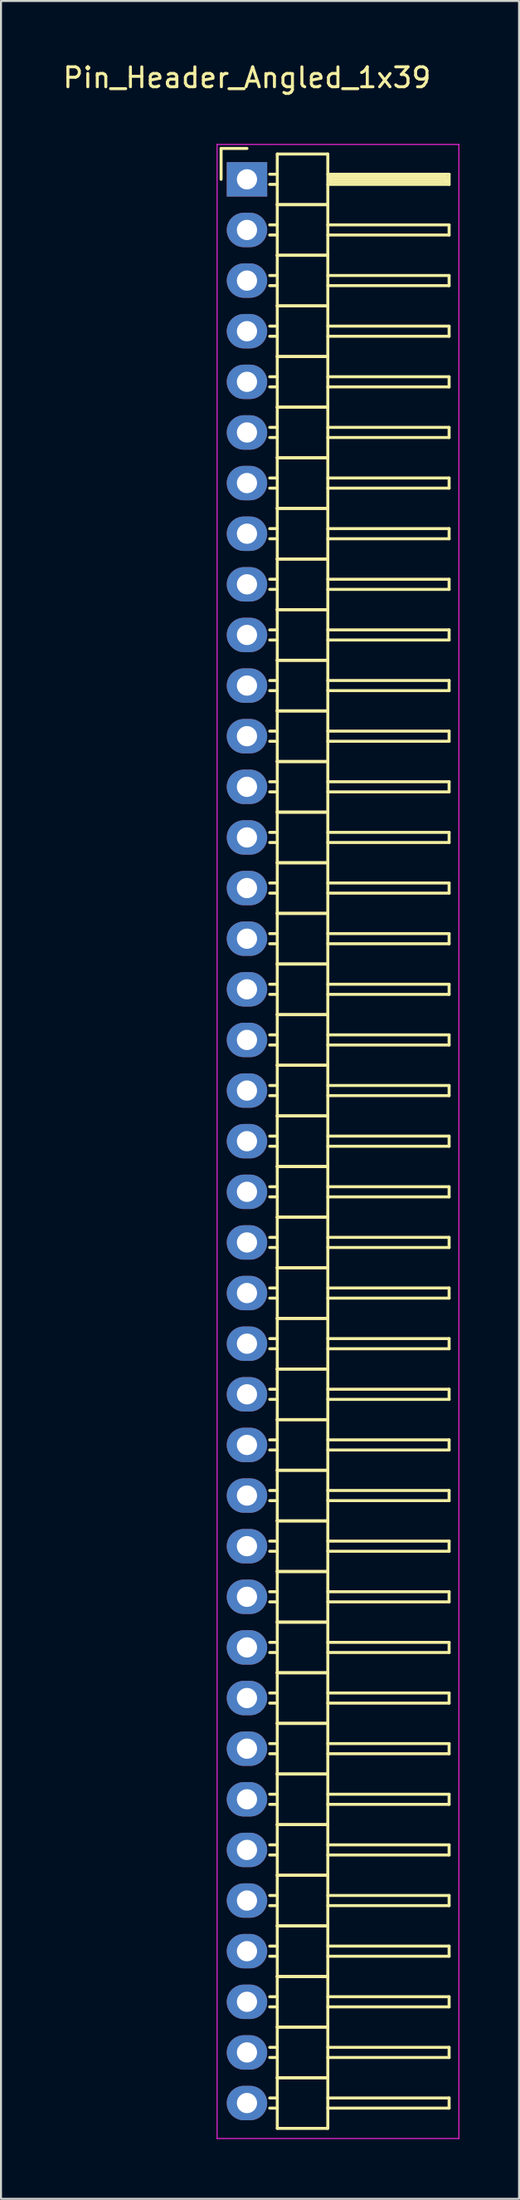
<source format=kicad_pcb>
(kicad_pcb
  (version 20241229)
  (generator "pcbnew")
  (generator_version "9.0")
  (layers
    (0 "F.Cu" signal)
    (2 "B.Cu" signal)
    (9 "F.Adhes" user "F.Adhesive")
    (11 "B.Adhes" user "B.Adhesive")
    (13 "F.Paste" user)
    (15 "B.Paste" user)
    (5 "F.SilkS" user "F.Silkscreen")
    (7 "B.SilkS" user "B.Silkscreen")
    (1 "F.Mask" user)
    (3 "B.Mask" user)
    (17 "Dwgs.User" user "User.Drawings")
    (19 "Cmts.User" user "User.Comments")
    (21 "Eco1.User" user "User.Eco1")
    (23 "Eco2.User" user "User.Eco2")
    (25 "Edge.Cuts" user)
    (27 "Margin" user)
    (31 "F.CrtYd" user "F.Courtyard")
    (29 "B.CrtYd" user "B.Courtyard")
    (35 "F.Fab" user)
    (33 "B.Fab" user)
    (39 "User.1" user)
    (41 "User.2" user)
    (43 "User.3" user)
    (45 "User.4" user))
  (footprint "Pin_Header_Angled_1x39"
    (layer "F.Cu")
    (at 9.363 5.948)
    (property "Reference" "Pin_Header_Angled_1x39" (at 0 -5.1 0) (layer "F.SilkS") (effects (font (size 1 1) (thickness 0.15))))
    (attr through_hole)
    (fp_line (start -1.3 -1.55) (end -1.3 0) (stroke (width 0.15) (type solid)) (layer "F.SilkS"))
    (fp_line (start 0 -1.55) (end -1.3 -1.55) (stroke (width 0.15) (type solid)) (layer "F.SilkS"))
    (fp_line (start 1.524 -1.27) (end 1.524 1.27) (stroke (width 0.15) (type solid)) (layer "F.SilkS"))
    (fp_line (start 1.524 -1.27) (end 4.064 -1.27) (stroke (width 0.15) (type solid)) (layer "F.SilkS"))
    (fp_line (start 1.524 -0.254) (end 1.143 -0.254) (stroke (width 0.15) (type solid)) (layer "F.SilkS"))
    (fp_line (start 1.524 0.254) (end 1.143 0.254) (stroke (width 0.15) (type solid)) (layer "F.SilkS"))
    (fp_line (start 1.524 1.27) (end 1.524 3.81) (stroke (width 0.15) (type solid)) (layer "F.SilkS"))
    (fp_line (start 1.524 1.27) (end 4.064 1.27) (stroke (width 0.15) (type solid)) (layer "F.SilkS"))
    (fp_line (start 1.524 1.27) (end 4.064 1.27) (stroke (width 0.15) (type solid)) (layer "F.SilkS"))
    (fp_line (start 1.524 2.286) (end 1.143 2.286) (stroke (width 0.15) (type solid)) (layer "F.SilkS"))
    (fp_line (start 1.524 2.794) (end 1.143 2.794) (stroke (width 0.15) (type solid)) (layer "F.SilkS"))
    (fp_line (start 1.524 3.81) (end 1.524 6.35) (stroke (width 0.15) (type solid)) (layer "F.SilkS"))
    (fp_line (start 1.524 3.81) (end 4.064 3.81) (stroke (width 0.15) (type solid)) (layer "F.SilkS"))
    (fp_line (start 1.524 3.81) (end 4.064 3.81) (stroke (width 0.15) (type solid)) (layer "F.SilkS"))
    (fp_line (start 1.524 4.826) (end 1.143 4.826) (stroke (width 0.15) (type solid)) (layer "F.SilkS"))
    (fp_line (start 1.524 5.334) (end 1.143 5.334) (stroke (width 0.15) (type solid)) (layer "F.SilkS"))
    (fp_line (start 1.524 6.35) (end 1.524 8.89) (stroke (width 0.15) (type solid)) (layer "F.SilkS"))
    (fp_line (start 1.524 6.35) (end 4.064 6.35) (stroke (width 0.15) (type solid)) (layer "F.SilkS"))
    (fp_line (start 1.524 6.35) (end 4.064 6.35) (stroke (width 0.15) (type solid)) (layer "F.SilkS"))
    (fp_line (start 1.524 7.366) (end 1.143 7.366) (stroke (width 0.15) (type solid)) (layer "F.SilkS"))
    (fp_line (start 1.524 7.874) (end 1.143 7.874) (stroke (width 0.15) (type solid)) (layer "F.SilkS"))
    (fp_line (start 1.524 8.89) (end 1.524 11.43) (stroke (width 0.15) (type solid)) (layer "F.SilkS"))
    (fp_line (start 1.524 8.89) (end 4.064 8.89) (stroke (width 0.15) (type solid)) (layer "F.SilkS"))
    (fp_line (start 1.524 8.89) (end 4.064 8.89) (stroke (width 0.15) (type solid)) (layer "F.SilkS"))
    (fp_line (start 1.524 9.906) (end 1.143 9.906) (stroke (width 0.15) (type solid)) (layer "F.SilkS"))
    (fp_line (start 1.524 10.414) (end 1.143 10.414) (stroke (width 0.15) (type solid)) (layer "F.SilkS"))
    (fp_line (start 1.524 11.43) (end 1.524 13.97) (stroke (width 0.15) (type solid)) (layer "F.SilkS"))
    (fp_line (start 1.524 11.43) (end 4.064 11.43) (stroke (width 0.15) (type solid)) (layer "F.SilkS"))
    (fp_line (start 1.524 11.43) (end 4.064 11.43) (stroke (width 0.15) (type solid)) (layer "F.SilkS"))
    (fp_line (start 1.524 12.446) (end 1.143 12.446) (stroke (width 0.15) (type solid)) (layer "F.SilkS"))
    (fp_line (start 1.524 12.954) (end 1.143 12.954) (stroke (width 0.15) (type solid)) (layer "F.SilkS"))
    (fp_line (start 1.524 13.97) (end 1.524 16.51) (stroke (width 0.15) (type solid)) (layer "F.SilkS"))
    (fp_line (start 1.524 13.97) (end 4.064 13.97) (stroke (width 0.15) (type solid)) (layer "F.SilkS"))
    (fp_line (start 1.524 13.97) (end 4.064 13.97) (stroke (width 0.15) (type solid)) (layer "F.SilkS"))
    (fp_line (start 1.524 14.986) (end 1.143 14.986) (stroke (width 0.15) (type solid)) (layer "F.SilkS"))
    (fp_line (start 1.524 15.494) (end 1.143 15.494) (stroke (width 0.15) (type solid)) (layer "F.SilkS"))
    (fp_line (start 1.524 16.51) (end 1.524 19.05) (stroke (width 0.15) (type solid)) (layer "F.SilkS"))
    (fp_line (start 1.524 16.51) (end 4.064 16.51) (stroke (width 0.15) (type solid)) (layer "F.SilkS"))
    (fp_line (start 1.524 16.51) (end 4.064 16.51) (stroke (width 0.15) (type solid)) (layer "F.SilkS"))
    (fp_line (start 1.524 17.526) (end 1.143 17.526) (stroke (width 0.15) (type solid)) (layer "F.SilkS"))
    (fp_line (start 1.524 18.034) (end 1.143 18.034) (stroke (width 0.15) (type solid)) (layer "F.SilkS"))
    (fp_line (start 1.524 19.05) (end 1.524 21.59) (stroke (width 0.15) (type solid)) (layer "F.SilkS"))
    (fp_line (start 1.524 19.05) (end 4.064 19.05) (stroke (width 0.15) (type solid)) (layer "F.SilkS"))
    (fp_line (start 1.524 19.05) (end 4.064 19.05) (stroke (width 0.15) (type solid)) (layer "F.SilkS"))
    (fp_line (start 1.524 20.066) (end 1.143 20.066) (stroke (width 0.15) (type solid)) (layer "F.SilkS"))
    (fp_line (start 1.524 20.574) (end 1.143 20.574) (stroke (width 0.15) (type solid)) (layer "F.SilkS"))
    (fp_line (start 1.524 21.59) (end 1.524 24.13) (stroke (width 0.15) (type solid)) (layer "F.SilkS"))
    (fp_line (start 1.524 21.59) (end 4.064 21.59) (stroke (width 0.15) (type solid)) (layer "F.SilkS"))
    (fp_line (start 1.524 21.59) (end 4.064 21.59) (stroke (width 0.15) (type solid)) (layer "F.SilkS"))
    (fp_line (start 1.524 22.606) (end 1.143 22.606) (stroke (width 0.15) (type solid)) (layer "F.SilkS"))
    (fp_line (start 1.524 23.114) (end 1.143 23.114) (stroke (width 0.15) (type solid)) (layer "F.SilkS"))
    (fp_line (start 1.524 24.13) (end 1.524 26.67) (stroke (width 0.15) (type solid)) (layer "F.SilkS"))
    (fp_line (start 1.524 24.13) (end 4.064 24.13) (stroke (width 0.15) (type solid)) (layer "F.SilkS"))
    (fp_line (start 1.524 24.13) (end 4.064 24.13) (stroke (width 0.15) (type solid)) (layer "F.SilkS"))
    (fp_line (start 1.524 25.146) (end 1.143 25.146) (stroke (width 0.15) (type solid)) (layer "F.SilkS"))
    (fp_line (start 1.524 25.654) (end 1.143 25.654) (stroke (width 0.15) (type solid)) (layer "F.SilkS"))
    (fp_line (start 1.524 26.67) (end 1.524 29.21) (stroke (width 0.15) (type solid)) (layer "F.SilkS"))
    (fp_line (start 1.524 26.67) (end 4.064 26.67) (stroke (width 0.15) (type solid)) (layer "F.SilkS"))
    (fp_line (start 1.524 26.67) (end 4.064 26.67) (stroke (width 0.15) (type solid)) (layer "F.SilkS"))
    (fp_line (start 1.524 27.686) (end 1.143 27.686) (stroke (width 0.15) (type solid)) (layer "F.SilkS"))
    (fp_line (start 1.524 28.194) (end 1.143 28.194) (stroke (width 0.15) (type solid)) (layer "F.SilkS"))
    (fp_line (start 1.524 29.21) (end 1.524 31.75) (stroke (width 0.15) (type solid)) (layer "F.SilkS"))
    (fp_line (start 1.524 29.21) (end 4.064 29.21) (stroke (width 0.15) (type solid)) (layer "F.SilkS"))
    (fp_line (start 1.524 29.21) (end 4.064 29.21) (stroke (width 0.15) (type solid)) (layer "F.SilkS"))
    (fp_line (start 1.524 30.226) (end 1.143 30.226) (stroke (width 0.15) (type solid)) (layer "F.SilkS"))
    (fp_line (start 1.524 30.734) (end 1.143 30.734) (stroke (width 0.15) (type solid)) (layer "F.SilkS"))
    (fp_line (start 1.524 31.75) (end 1.524 34.29) (stroke (width 0.15) (type solid)) (layer "F.SilkS"))
    (fp_line (start 1.524 31.75) (end 4.064 31.75) (stroke (width 0.15) (type solid)) (layer "F.SilkS"))
    (fp_line (start 1.524 31.75) (end 4.064 31.75) (stroke (width 0.15) (type solid)) (layer "F.SilkS"))
    (fp_line (start 1.524 32.766) (end 1.143 32.766) (stroke (width 0.15) (type solid)) (layer "F.SilkS"))
    (fp_line (start 1.524 33.274) (end 1.143 33.274) (stroke (width 0.15) (type solid)) (layer "F.SilkS"))
    (fp_line (start 1.524 34.29) (end 1.524 36.83) (stroke (width 0.15) (type solid)) (layer "F.SilkS"))
    (fp_line (start 1.524 34.29) (end 4.064 34.29) (stroke (width 0.15) (type solid)) (layer "F.SilkS"))
    (fp_line (start 1.524 34.29) (end 4.064 34.29) (stroke (width 0.15) (type solid)) (layer "F.SilkS"))
    (fp_line (start 1.524 35.306) (end 1.143 35.306) (stroke (width 0.15) (type solid)) (layer "F.SilkS"))
    (fp_line (start 1.524 35.814) (end 1.143 35.814) (stroke (width 0.15) (type solid)) (layer "F.SilkS"))
    (fp_line (start 1.524 36.83) (end 1.524 39.37) (stroke (width 0.15) (type solid)) (layer "F.SilkS"))
    (fp_line (start 1.524 36.83) (end 4.064 36.83) (stroke (width 0.15) (type solid)) (layer "F.SilkS"))
    (fp_line (start 1.524 36.83) (end 4.064 36.83) (stroke (width 0.15) (type solid)) (layer "F.SilkS"))
    (fp_line (start 1.524 37.846) (end 1.143 37.846) (stroke (width 0.15) (type solid)) (layer "F.SilkS"))
    (fp_line (start 1.524 38.354) (end 1.143 38.354) (stroke (width 0.15) (type solid)) (layer "F.SilkS"))
    (fp_line (start 1.524 39.37) (end 1.524 41.91) (stroke (width 0.15) (type solid)) (layer "F.SilkS"))
    (fp_line (start 1.524 39.37) (end 4.064 39.37) (stroke (width 0.15) (type solid)) (layer "F.SilkS"))
    (fp_line (start 1.524 39.37) (end 4.064 39.37) (stroke (width 0.15) (type solid)) (layer "F.SilkS"))
    (fp_line (start 1.524 40.386) (end 1.143 40.386) (stroke (width 0.15) (type solid)) (layer "F.SilkS"))
    (fp_line (start 1.524 40.894) (end 1.143 40.894) (stroke (width 0.15) (type solid)) (layer "F.SilkS"))
    (fp_line (start 1.524 41.91) (end 1.524 44.45) (stroke (width 0.15) (type solid)) (layer "F.SilkS"))
    (fp_line (start 1.524 41.91) (end 4.064 41.91) (stroke (width 0.15) (type solid)) (layer "F.SilkS"))
    (fp_line (start 1.524 41.91) (end 4.064 41.91) (stroke (width 0.15) (type solid)) (layer "F.SilkS"))
    (fp_line (start 1.524 42.926) (end 1.143 42.926) (stroke (width 0.15) (type solid)) (layer "F.SilkS"))
    (fp_line (start 1.524 43.434) (end 1.143 43.434) (stroke (width 0.15) (type solid)) (layer "F.SilkS"))
    (fp_line (start 1.524 44.45) (end 1.524 46.99) (stroke (width 0.15) (type solid)) (layer "F.SilkS"))
    (fp_line (start 1.524 44.45) (end 4.064 44.45) (stroke (width 0.15) (type solid)) (layer "F.SilkS"))
    (fp_line (start 1.524 44.45) (end 4.064 44.45) (stroke (width 0.15) (type solid)) (layer "F.SilkS"))
    (fp_line (start 1.524 45.466) (end 1.143 45.466) (stroke (width 0.15) (type solid)) (layer "F.SilkS"))
    (fp_line (start 1.524 45.974) (end 1.143 45.974) (stroke (width 0.15) (type solid)) (layer "F.SilkS"))
    (fp_line (start 1.524 46.99) (end 1.524 49.53) (stroke (width 0.15) (type solid)) (layer "F.SilkS"))
    (fp_line (start 1.524 46.99) (end 4.064 46.99) (stroke (width 0.15) (type solid)) (layer "F.SilkS"))
    (fp_line (start 1.524 46.99) (end 4.064 46.99) (stroke (width 0.15) (type solid)) (layer "F.SilkS"))
    (fp_line (start 1.524 48.006) (end 1.143 48.006) (stroke (width 0.15) (type solid)) (layer "F.SilkS"))
    (fp_line (start 1.524 48.514) (end 1.143 48.514) (stroke (width 0.15) (type solid)) (layer "F.SilkS"))
    (fp_line (start 1.524 49.53) (end 1.524 52.07) (stroke (width 0.15) (type solid)) (layer "F.SilkS"))
    (fp_line (start 1.524 49.53) (end 4.064 49.53) (stroke (width 0.15) (type solid)) (layer "F.SilkS"))
    (fp_line (start 1.524 49.53) (end 4.064 49.53) (stroke (width 0.15) (type solid)) (layer "F.SilkS"))
    (fp_line (start 1.524 50.546) (end 1.143 50.546) (stroke (width 0.15) (type solid)) (layer "F.SilkS"))
    (fp_line (start 1.524 51.054) (end 1.143 51.054) (stroke (width 0.15) (type solid)) (layer "F.SilkS"))
    (fp_line (start 1.524 52.07) (end 1.524 54.61) (stroke (width 0.15) (type solid)) (layer "F.SilkS"))
    (fp_line (start 1.524 52.07) (end 4.064 52.07) (stroke (width 0.15) (type solid)) (layer "F.SilkS"))
    (fp_line (start 1.524 52.07) (end 4.064 52.07) (stroke (width 0.15) (type solid)) (layer "F.SilkS"))
    (fp_line (start 1.524 53.086) (end 1.143 53.086) (stroke (width 0.15) (type solid)) (layer "F.SilkS"))
    (fp_line (start 1.524 53.594) (end 1.143 53.594) (stroke (width 0.15) (type solid)) (layer "F.SilkS"))
    (fp_line (start 1.524 54.61) (end 1.524 57.15) (stroke (width 0.15) (type solid)) (layer "F.SilkS"))
    (fp_line (start 1.524 54.61) (end 4.064 54.61) (stroke (width 0.15) (type solid)) (layer "F.SilkS"))
    (fp_line (start 1.524 54.61) (end 4.064 54.61) (stroke (width 0.15) (type solid)) (layer "F.SilkS"))
    (fp_line (start 1.524 55.626) (end 1.143 55.626) (stroke (width 0.15) (type solid)) (layer "F.SilkS"))
    (fp_line (start 1.524 56.134) (end 1.143 56.134) (stroke (width 0.15) (type solid)) (layer "F.SilkS"))
    (fp_line (start 1.524 57.15) (end 1.524 59.69) (stroke (width 0.15) (type solid)) (layer "F.SilkS"))
    (fp_line (start 1.524 57.15) (end 4.064 57.15) (stroke (width 0.15) (type solid)) (layer "F.SilkS"))
    (fp_line (start 1.524 57.15) (end 4.064 57.15) (stroke (width 0.15) (type solid)) (layer "F.SilkS"))
    (fp_line (start 1.524 58.166) (end 1.143 58.166) (stroke (width 0.15) (type solid)) (layer "F.SilkS"))
    (fp_line (start 1.524 58.674) (end 1.143 58.674) (stroke (width 0.15) (type solid)) (layer "F.SilkS"))
    (fp_line (start 1.524 59.69) (end 1.524 62.23) (stroke (width 0.15) (type solid)) (layer "F.SilkS"))
    (fp_line (start 1.524 59.69) (end 4.064 59.69) (stroke (width 0.15) (type solid)) (layer "F.SilkS"))
    (fp_line (start 1.524 59.69) (end 4.064 59.69) (stroke (width 0.15) (type solid)) (layer "F.SilkS"))
    (fp_line (start 1.524 60.706) (end 1.143 60.706) (stroke (width 0.15) (type solid)) (layer "F.SilkS"))
    (fp_line (start 1.524 61.214) (end 1.143 61.214) (stroke (width 0.15) (type solid)) (layer "F.SilkS"))
    (fp_line (start 1.524 62.23) (end 1.524 64.77) (stroke (width 0.15) (type solid)) (layer "F.SilkS"))
    (fp_line (start 1.524 62.23) (end 4.064 62.23) (stroke (width 0.15) (type solid)) (layer "F.SilkS"))
    (fp_line (start 1.524 62.23) (end 4.064 62.23) (stroke (width 0.15) (type solid)) (layer "F.SilkS"))
    (fp_line (start 1.524 63.246) (end 1.143 63.246) (stroke (width 0.15) (type solid)) (layer "F.SilkS"))
    (fp_line (start 1.524 63.754) (end 1.143 63.754) (stroke (width 0.15) (type solid)) (layer "F.SilkS"))
    (fp_line (start 1.524 64.77) (end 1.524 67.31) (stroke (width 0.15) (type solid)) (layer "F.SilkS"))
    (fp_line (start 1.524 64.77) (end 4.064 64.77) (stroke (width 0.15) (type solid)) (layer "F.SilkS"))
    (fp_line (start 1.524 64.77) (end 4.064 64.77) (stroke (width 0.15) (type solid)) (layer "F.SilkS"))
    (fp_line (start 1.524 65.786) (end 1.143 65.786) (stroke (width 0.15) (type solid)) (layer "F.SilkS"))
    (fp_line (start 1.524 66.294) (end 1.143 66.294) (stroke (width 0.15) (type solid)) (layer "F.SilkS"))
    (fp_line (start 1.524 67.31) (end 1.524 69.85) (stroke (width 0.15) (type solid)) (layer "F.SilkS"))
    (fp_line (start 1.524 67.31) (end 4.064 67.31) (stroke (width 0.15) (type solid)) (layer "F.SilkS"))
    (fp_line (start 1.524 67.31) (end 4.064 67.31) (stroke (width 0.15) (type solid)) (layer "F.SilkS"))
    (fp_line (start 1.524 68.326) (end 1.143 68.326) (stroke (width 0.15) (type solid)) (layer "F.SilkS"))
    (fp_line (start 1.524 68.834) (end 1.143 68.834) (stroke (width 0.15) (type solid)) (layer "F.SilkS"))
    (fp_line (start 1.524 69.85) (end 1.524 72.39) (stroke (width 0.15) (type solid)) (layer "F.SilkS"))
    (fp_line (start 1.524 69.85) (end 4.064 69.85) (stroke (width 0.15) (type solid)) (layer "F.SilkS"))
    (fp_line (start 1.524 69.85) (end 4.064 69.85) (stroke (width 0.15) (type solid)) (layer "F.SilkS"))
    (fp_line (start 1.524 70.866) (end 1.143 70.866) (stroke (width 0.15) (type solid)) (layer "F.SilkS"))
    (fp_line (start 1.524 71.374) (end 1.143 71.374) (stroke (width 0.15) (type solid)) (layer "F.SilkS"))
    (fp_line (start 1.524 72.39) (end 1.524 74.93) (stroke (width 0.15) (type solid)) (layer "F.SilkS"))
    (fp_line (start 1.524 72.39) (end 4.064 72.39) (stroke (width 0.15) (type solid)) (layer "F.SilkS"))
    (fp_line (start 1.524 72.39) (end 4.064 72.39) (stroke (width 0.15) (type solid)) (layer "F.SilkS"))
    (fp_line (start 1.524 73.406) (end 1.143 73.406) (stroke (width 0.15) (type solid)) (layer "F.SilkS"))
    (fp_line (start 1.524 73.914) (end 1.143 73.914) (stroke (width 0.15) (type solid)) (layer "F.SilkS"))
    (fp_line (start 1.524 74.93) (end 1.524 77.47) (stroke (width 0.15) (type solid)) (layer "F.SilkS"))
    (fp_line (start 1.524 74.93) (end 4.064 74.93) (stroke (width 0.15) (type solid)) (layer "F.SilkS"))
    (fp_line (start 1.524 74.93) (end 4.064 74.93) (stroke (width 0.15) (type solid)) (layer "F.SilkS"))
    (fp_line (start 1.524 75.946) (end 1.143 75.946) (stroke (width 0.15) (type solid)) (layer "F.SilkS"))
    (fp_line (start 1.524 76.454) (end 1.143 76.454) (stroke (width 0.15) (type solid)) (layer "F.SilkS"))
    (fp_line (start 1.524 77.47) (end 1.524 80.01) (stroke (width 0.15) (type solid)) (layer "F.SilkS"))
    (fp_line (start 1.524 77.47) (end 4.064 77.47) (stroke (width 0.15) (type solid)) (layer "F.SilkS"))
    (fp_line (start 1.524 77.47) (end 4.064 77.47) (stroke (width 0.15) (type solid)) (layer "F.SilkS"))
    (fp_line (start 1.524 78.486) (end 1.143 78.486) (stroke (width 0.15) (type solid)) (layer "F.SilkS"))
    (fp_line (start 1.524 78.994) (end 1.143 78.994) (stroke (width 0.15) (type solid)) (layer "F.SilkS"))
    (fp_line (start 1.524 80.01) (end 1.524 82.55) (stroke (width 0.15) (type solid)) (layer "F.SilkS"))
    (fp_line (start 1.524 80.01) (end 4.064 80.01) (stroke (width 0.15) (type solid)) (layer "F.SilkS"))
    (fp_line (start 1.524 80.01) (end 4.064 80.01) (stroke (width 0.15) (type solid)) (layer "F.SilkS"))
    (fp_line (start 1.524 81.026) (end 1.143 81.026) (stroke (width 0.15) (type solid)) (layer "F.SilkS"))
    (fp_line (start 1.524 81.534) (end 1.143 81.534) (stroke (width 0.15) (type solid)) (layer "F.SilkS"))
    (fp_line (start 1.524 82.55) (end 1.524 85.09) (stroke (width 0.15) (type solid)) (layer "F.SilkS"))
    (fp_line (start 1.524 82.55) (end 4.064 82.55) (stroke (width 0.15) (type solid)) (layer "F.SilkS"))
    (fp_line (start 1.524 82.55) (end 4.064 82.55) (stroke (width 0.15) (type solid)) (layer "F.SilkS"))
    (fp_line (start 1.524 83.566) (end 1.143 83.566) (stroke (width 0.15) (type solid)) (layer "F.SilkS"))
    (fp_line (start 1.524 84.074) (end 1.143 84.074) (stroke (width 0.15) (type solid)) (layer "F.SilkS"))
    (fp_line (start 1.524 85.09) (end 1.524 87.63) (stroke (width 0.15) (type solid)) (layer "F.SilkS"))
    (fp_line (start 1.524 85.09) (end 4.064 85.09) (stroke (width 0.15) (type solid)) (layer "F.SilkS"))
    (fp_line (start 1.524 85.09) (end 4.064 85.09) (stroke (width 0.15) (type solid)) (layer "F.SilkS"))
    (fp_line (start 1.524 86.106) (end 1.143 86.106) (stroke (width 0.15) (type solid)) (layer "F.SilkS"))
    (fp_line (start 1.524 86.614) (end 1.143 86.614) (stroke (width 0.15) (type solid)) (layer "F.SilkS"))
    (fp_line (start 1.524 87.63) (end 1.524 90.17) (stroke (width 0.15) (type solid)) (layer "F.SilkS"))
    (fp_line (start 1.524 87.63) (end 4.064 87.63) (stroke (width 0.15) (type solid)) (layer "F.SilkS"))
    (fp_line (start 1.524 87.63) (end 4.064 87.63) (stroke (width 0.15) (type solid)) (layer "F.SilkS"))
    (fp_line (start 1.524 88.646) (end 1.143 88.646) (stroke (width 0.15) (type solid)) (layer "F.SilkS"))
    (fp_line (start 1.524 89.154) (end 1.143 89.154) (stroke (width 0.15) (type solid)) (layer "F.SilkS"))
    (fp_line (start 1.524 90.17) (end 1.524 92.71) (stroke (width 0.15) (type solid)) (layer "F.SilkS"))
    (fp_line (start 1.524 90.17) (end 4.064 90.17) (stroke (width 0.15) (type solid)) (layer "F.SilkS"))
    (fp_line (start 1.524 90.17) (end 4.064 90.17) (stroke (width 0.15) (type solid)) (layer "F.SilkS"))
    (fp_line (start 1.524 91.186) (end 1.143 91.186) (stroke (width 0.15) (type solid)) (layer "F.SilkS"))
    (fp_line (start 1.524 91.694) (end 1.143 91.694) (stroke (width 0.15) (type solid)) (layer "F.SilkS"))
    (fp_line (start 1.524 92.71) (end 1.524 95.25) (stroke (width 0.15) (type solid)) (layer "F.SilkS"))
    (fp_line (start 1.524 92.71) (end 4.064 92.71) (stroke (width 0.15) (type solid)) (layer "F.SilkS"))
    (fp_line (start 1.524 92.71) (end 4.064 92.71) (stroke (width 0.15) (type solid)) (layer "F.SilkS"))
    (fp_line (start 1.524 93.726) (end 1.143 93.726) (stroke (width 0.15) (type solid)) (layer "F.SilkS"))
    (fp_line (start 1.524 94.234) (end 1.143 94.234) (stroke (width 0.15) (type solid)) (layer "F.SilkS"))
    (fp_line (start 1.524 95.25) (end 1.524 97.79) (stroke (width 0.15) (type solid)) (layer "F.SilkS"))
    (fp_line (start 1.524 95.25) (end 4.064 95.25) (stroke (width 0.15) (type solid)) (layer "F.SilkS"))
    (fp_line (start 1.524 95.25) (end 4.064 95.25) (stroke (width 0.15) (type solid)) (layer "F.SilkS"))
    (fp_line (start 1.524 96.266) (end 1.143 96.266) (stroke (width 0.15) (type solid)) (layer "F.SilkS"))
    (fp_line (start 1.524 96.774) (end 1.143 96.774) (stroke (width 0.15) (type solid)) (layer "F.SilkS"))
    (fp_line (start 1.524 97.79) (end 4.064 97.79) (stroke (width 0.15) (type solid)) (layer "F.SilkS"))
    (fp_line (start 4.064 -0.254) (end 10.16 -0.254) (stroke (width 0.15) (type solid)) (layer "F.SilkS"))
    (fp_line (start 4.064 1.27) (end 4.064 -1.27) (stroke (width 0.15) (type solid)) (layer "F.SilkS"))
    (fp_line (start 4.064 2.286) (end 10.16 2.286) (stroke (width 0.15) (type solid)) (layer "F.SilkS"))
    (fp_line (start 4.064 3.81) (end 4.064 1.27) (stroke (width 0.15) (type solid)) (layer "F.SilkS"))
    (fp_line (start 4.064 4.826) (end 10.16 4.826) (stroke (width 0.15) (type solid)) (layer "F.SilkS"))
    (fp_line (start 4.064 6.35) (end 4.064 3.81) (stroke (width 0.15) (type solid)) (layer "F.SilkS"))
    (fp_line (start 4.064 7.366) (end 10.16 7.366) (stroke (width 0.15) (type solid)) (layer "F.SilkS"))
    (fp_line (start 4.064 8.89) (end 4.064 6.35) (stroke (width 0.15) (type solid)) (layer "F.SilkS"))
    (fp_line (start 4.064 9.906) (end 10.16 9.906) (stroke (width 0.15) (type solid)) (layer "F.SilkS"))
    (fp_line (start 4.064 11.43) (end 4.064 8.89) (stroke (width 0.15) (type solid)) (layer "F.SilkS"))
    (fp_line (start 4.064 12.446) (end 10.16 12.446) (stroke (width 0.15) (type solid)) (layer "F.SilkS"))
    (fp_line (start 4.064 13.97) (end 4.064 11.43) (stroke (width 0.15) (type solid)) (layer "F.SilkS"))
    (fp_line (start 4.064 14.986) (end 10.16 14.986) (stroke (width 0.15) (type solid)) (layer "F.SilkS"))
    (fp_line (start 4.064 16.51) (end 4.064 13.97) (stroke (width 0.15) (type solid)) (layer "F.SilkS"))
    (fp_line (start 4.064 17.526) (end 10.16 17.526) (stroke (width 0.15) (type solid)) (layer "F.SilkS"))
    (fp_line (start 4.064 19.05) (end 4.064 16.51) (stroke (width 0.15) (type solid)) (layer "F.SilkS"))
    (fp_line (start 4.064 20.066) (end 10.16 20.066) (stroke (width 0.15) (type solid)) (layer "F.SilkS"))
    (fp_line (start 4.064 21.59) (end 4.064 19.05) (stroke (width 0.15) (type solid)) (layer "F.SilkS"))
    (fp_line (start 4.064 22.606) (end 10.16 22.606) (stroke (width 0.15) (type solid)) (layer "F.SilkS"))
    (fp_line (start 4.064 24.13) (end 4.064 21.59) (stroke (width 0.15) (type solid)) (layer "F.SilkS"))
    (fp_line (start 4.064 25.146) (end 10.16 25.146) (stroke (width 0.15) (type solid)) (layer "F.SilkS"))
    (fp_line (start 4.064 26.67) (end 4.064 24.13) (stroke (width 0.15) (type solid)) (layer "F.SilkS"))
    (fp_line (start 4.064 27.686) (end 10.16 27.686) (stroke (width 0.15) (type solid)) (layer "F.SilkS"))
    (fp_line (start 4.064 29.21) (end 4.064 26.67) (stroke (width 0.15) (type solid)) (layer "F.SilkS"))
    (fp_line (start 4.064 30.226) (end 10.16 30.226) (stroke (width 0.15) (type solid)) (layer "F.SilkS"))
    (fp_line (start 4.064 31.75) (end 4.064 29.21) (stroke (width 0.15) (type solid)) (layer "F.SilkS"))
    (fp_line (start 4.064 32.766) (end 10.16 32.766) (stroke (width 0.15) (type solid)) (layer "F.SilkS"))
    (fp_line (start 4.064 34.29) (end 4.064 31.75) (stroke (width 0.15) (type solid)) (layer "F.SilkS"))
    (fp_line (start 4.064 35.306) (end 10.16 35.306) (stroke (width 0.15) (type solid)) (layer "F.SilkS"))
    (fp_line (start 4.064 36.83) (end 4.064 34.29) (stroke (width 0.15) (type solid)) (layer "F.SilkS"))
    (fp_line (start 4.064 37.846) (end 10.16 37.846) (stroke (width 0.15) (type solid)) (layer "F.SilkS"))
    (fp_line (start 4.064 39.37) (end 4.064 36.83) (stroke (width 0.15) (type solid)) (layer "F.SilkS"))
    (fp_line (start 4.064 40.386) (end 10.16 40.386) (stroke (width 0.15) (type solid)) (layer "F.SilkS"))
    (fp_line (start 4.064 41.91) (end 4.064 39.37) (stroke (width 0.15) (type solid)) (layer "F.SilkS"))
    (fp_line (start 4.064 42.926) (end 10.16 42.926) (stroke (width 0.15) (type solid)) (layer "F.SilkS"))
    (fp_line (start 4.064 44.45) (end 4.064 41.91) (stroke (width 0.15) (type solid)) (layer "F.SilkS"))
    (fp_line (start 4.064 45.466) (end 10.16 45.466) (stroke (width 0.15) (type solid)) (layer "F.SilkS"))
    (fp_line (start 4.064 46.99) (end 4.064 44.45) (stroke (width 0.15) (type solid)) (layer "F.SilkS"))
    (fp_line (start 4.064 48.006) (end 10.16 48.006) (stroke (width 0.15) (type solid)) (layer "F.SilkS"))
    (fp_line (start 4.064 49.53) (end 4.064 46.99) (stroke (width 0.15) (type solid)) (layer "F.SilkS"))
    (fp_line (start 4.064 50.546) (end 10.16 50.546) (stroke (width 0.15) (type solid)) (layer "F.SilkS"))
    (fp_line (start 4.064 52.07) (end 4.064 49.53) (stroke (width 0.15) (type solid)) (layer "F.SilkS"))
    (fp_line (start 4.064 53.086) (end 10.16 53.086) (stroke (width 0.15) (type solid)) (layer "F.SilkS"))
    (fp_line (start 4.064 54.61) (end 4.064 52.07) (stroke (width 0.15) (type solid)) (layer "F.SilkS"))
    (fp_line (start 4.064 55.626) (end 10.16 55.626) (stroke (width 0.15) (type solid)) (layer "F.SilkS"))
    (fp_line (start 4.064 57.15) (end 4.064 54.61) (stroke (width 0.15) (type solid)) (layer "F.SilkS"))
    (fp_line (start 4.064 58.166) (end 10.16 58.166) (stroke (width 0.15) (type solid)) (layer "F.SilkS"))
    (fp_line (start 4.064 59.69) (end 4.064 57.15) (stroke (width 0.15) (type solid)) (layer "F.SilkS"))
    (fp_line (start 4.064 60.706) (end 10.16 60.706) (stroke (width 0.15) (type solid)) (layer "F.SilkS"))
    (fp_line (start 4.064 62.23) (end 4.064 59.69) (stroke (width 0.15) (type solid)) (layer "F.SilkS"))
    (fp_line (start 4.064 63.246) (end 10.16 63.246) (stroke (width 0.15) (type solid)) (layer "F.SilkS"))
    (fp_line (start 4.064 64.77) (end 4.064 62.23) (stroke (width 0.15) (type solid)) (layer "F.SilkS"))
    (fp_line (start 4.064 65.786) (end 10.16 65.786) (stroke (width 0.15) (type solid)) (layer "F.SilkS"))
    (fp_line (start 4.064 67.31) (end 4.064 64.77) (stroke (width 0.15) (type solid)) (layer "F.SilkS"))
    (fp_line (start 4.064 68.326) (end 10.16 68.326) (stroke (width 0.15) (type solid)) (layer "F.SilkS"))
    (fp_line (start 4.064 69.85) (end 4.064 67.31) (stroke (width 0.15) (type solid)) (layer "F.SilkS"))
    (fp_line (start 4.064 70.866) (end 10.16 70.866) (stroke (width 0.15) (type solid)) (layer "F.SilkS"))
    (fp_line (start 4.064 72.39) (end 4.064 69.85) (stroke (width 0.15) (type solid)) (layer "F.SilkS"))
    (fp_line (start 4.064 73.406) (end 10.16 73.406) (stroke (width 0.15) (type solid)) (layer "F.SilkS"))
    (fp_line (start 4.064 74.93) (end 4.064 72.39) (stroke (width 0.15) (type solid)) (layer "F.SilkS"))
    (fp_line (start 4.064 75.946) (end 10.16 75.946) (stroke (width 0.15) (type solid)) (layer "F.SilkS"))
    (fp_line (start 4.064 77.47) (end 4.064 74.93) (stroke (width 0.15) (type solid)) (layer "F.SilkS"))
    (fp_line (start 4.064 78.486) (end 10.16 78.486) (stroke (width 0.15) (type solid)) (layer "F.SilkS"))
    (fp_line (start 4.064 80.01) (end 4.064 77.47) (stroke (width 0.15) (type solid)) (layer "F.SilkS"))
    (fp_line (start 4.064 81.026) (end 10.16 81.026) (stroke (width 0.15) (type solid)) (layer "F.SilkS"))
    (fp_line (start 4.064 82.55) (end 4.064 80.01) (stroke (width 0.15) (type solid)) (layer "F.SilkS"))
    (fp_line (start 4.064 83.566) (end 10.16 83.566) (stroke (width 0.15) (type solid)) (layer "F.SilkS"))
    (fp_line (start 4.064 85.09) (end 4.064 82.55) (stroke (width 0.15) (type solid)) (layer "F.SilkS"))
    (fp_line (start 4.064 86.106) (end 10.16 86.106) (stroke (width 0.15) (type solid)) (layer "F.SilkS"))
    (fp_line (start 4.064 87.63) (end 4.064 85.09) (stroke (width 0.15) (type solid)) (layer "F.SilkS"))
    (fp_line (start 4.064 88.646) (end 10.16 88.646) (stroke (width 0.15) (type solid)) (layer "F.SilkS"))
    (fp_line (start 4.064 90.17) (end 4.064 87.63) (stroke (width 0.15) (type solid)) (layer "F.SilkS"))
    (fp_line (start 4.064 91.186) (end 10.16 91.186) (stroke (width 0.15) (type solid)) (layer "F.SilkS"))
    (fp_line (start 4.064 92.71) (end 4.064 90.17) (stroke (width 0.15) (type solid)) (layer "F.SilkS"))
    (fp_line (start 4.064 93.726) (end 10.16 93.726) (stroke (width 0.15) (type solid)) (layer "F.SilkS"))
    (fp_line (start 4.064 95.25) (end 4.064 92.71) (stroke (width 0.15) (type solid)) (layer "F.SilkS"))
    (fp_line (start 4.064 96.266) (end 10.16 96.266) (stroke (width 0.15) (type solid)) (layer "F.SilkS"))
    (fp_line (start 4.064 97.79) (end 4.064 95.25) (stroke (width 0.15) (type solid)) (layer "F.SilkS"))
    (fp_line (start 4.191 -0.127) (end 4.191 0.127) (stroke (width 0.15) (type solid)) (layer "F.SilkS"))
    (fp_line (start 4.191 0.127) (end 10.033 0.127) (stroke (width 0.15) (type solid)) (layer "F.SilkS"))
    (fp_line (start 10.033 -0.127) (end 4.191 -0.127) (stroke (width 0.15) (type solid)) (layer "F.SilkS"))
    (fp_line (start 10.033 0) (end 4.191 0) (stroke (width 0.15) (type solid)) (layer "F.SilkS"))
    (fp_line (start 10.033 0.127) (end 10.033 0) (stroke (width 0.15) (type solid)) (layer "F.SilkS"))
    (fp_line (start 10.16 -0.254) (end 10.16 0.254) (stroke (width 0.15) (type solid)) (layer "F.SilkS"))
    (fp_line (start 10.16 0.254) (end 4.064 0.254) (stroke (width 0.15) (type solid)) (layer "F.SilkS"))
    (fp_line (start 10.16 2.286) (end 10.16 2.794) (stroke (width 0.15) (type solid)) (layer "F.SilkS"))
    (fp_line (start 10.16 2.794) (end 4.064 2.794) (stroke (width 0.15) (type solid)) (layer "F.SilkS"))
    (fp_line (start 10.16 4.826) (end 10.16 5.334) (stroke (width 0.15) (type solid)) (layer "F.SilkS"))
    (fp_line (start 10.16 5.334) (end 4.064 5.334) (stroke (width 0.15) (type solid)) (layer "F.SilkS"))
    (fp_line (start 10.16 7.366) (end 10.16 7.874) (stroke (width 0.15) (type solid)) (layer "F.SilkS"))
    (fp_line (start 10.16 7.874) (end 4.064 7.874) (stroke (width 0.15) (type solid)) (layer "F.SilkS"))
    (fp_line (start 10.16 9.906) (end 10.16 10.414) (stroke (width 0.15) (type solid)) (layer "F.SilkS"))
    (fp_line (start 10.16 10.414) (end 4.064 10.414) (stroke (width 0.15) (type solid)) (layer "F.SilkS"))
    (fp_line (start 10.16 12.446) (end 10.16 12.954) (stroke (width 0.15) (type solid)) (layer "F.SilkS"))
    (fp_line (start 10.16 12.954) (end 4.064 12.954) (stroke (width 0.15) (type solid)) (layer "F.SilkS"))
    (fp_line (start 10.16 14.986) (end 10.16 15.494) (stroke (width 0.15) (type solid)) (layer "F.SilkS"))
    (fp_line (start 10.16 15.494) (end 4.064 15.494) (stroke (width 0.15) (type solid)) (layer "F.SilkS"))
    (fp_line (start 10.16 17.526) (end 10.16 18.034) (stroke (width 0.15) (type solid)) (layer "F.SilkS"))
    (fp_line (start 10.16 18.034) (end 4.064 18.034) (stroke (width 0.15) (type solid)) (layer "F.SilkS"))
    (fp_line (start 10.16 20.066) (end 10.16 20.574) (stroke (width 0.15) (type solid)) (layer "F.SilkS"))
    (fp_line (start 10.16 20.574) (end 4.064 20.574) (stroke (width 0.15) (type solid)) (layer "F.SilkS"))
    (fp_line (start 10.16 22.606) (end 10.16 23.114) (stroke (width 0.15) (type solid)) (layer "F.SilkS"))
    (fp_line (start 10.16 23.114) (end 4.064 23.114) (stroke (width 0.15) (type solid)) (layer "F.SilkS"))
    (fp_line (start 10.16 25.146) (end 10.16 25.654) (stroke (width 0.15) (type solid)) (layer "F.SilkS"))
    (fp_line (start 10.16 25.654) (end 4.064 25.654) (stroke (width 0.15) (type solid)) (layer "F.SilkS"))
    (fp_line (start 10.16 27.686) (end 10.16 28.194) (stroke (width 0.15) (type solid)) (layer "F.SilkS"))
    (fp_line (start 10.16 28.194) (end 4.064 28.194) (stroke (width 0.15) (type solid)) (layer "F.SilkS"))
    (fp_line (start 10.16 30.226) (end 10.16 30.734) (stroke (width 0.15) (type solid)) (layer "F.SilkS"))
    (fp_line (start 10.16 30.734) (end 4.064 30.734) (stroke (width 0.15) (type solid)) (layer "F.SilkS"))
    (fp_line (start 10.16 32.766) (end 10.16 33.274) (stroke (width 0.15) (type solid)) (layer "F.SilkS"))
    (fp_line (start 10.16 33.274) (end 4.064 33.274) (stroke (width 0.15) (type solid)) (layer "F.SilkS"))
    (fp_line (start 10.16 35.306) (end 10.16 35.814) (stroke (width 0.15) (type solid)) (layer "F.SilkS"))
    (fp_line (start 10.16 35.814) (end 4.064 35.814) (stroke (width 0.15) (type solid)) (layer "F.SilkS"))
    (fp_line (start 10.16 37.846) (end 10.16 38.354) (stroke (width 0.15) (type solid)) (layer "F.SilkS"))
    (fp_line (start 10.16 38.354) (end 4.064 38.354) (stroke (width 0.15) (type solid)) (layer "F.SilkS"))
    (fp_line (start 10.16 40.386) (end 10.16 40.894) (stroke (width 0.15) (type solid)) (layer "F.SilkS"))
    (fp_line (start 10.16 40.894) (end 4.064 40.894) (stroke (width 0.15) (type solid)) (layer "F.SilkS"))
    (fp_line (start 10.16 42.926) (end 10.16 43.434) (stroke (width 0.15) (type solid)) (layer "F.SilkS"))
    (fp_line (start 10.16 43.434) (end 4.064 43.434) (stroke (width 0.15) (type solid)) (layer "F.SilkS"))
    (fp_line (start 10.16 45.466) (end 10.16 45.974) (stroke (width 0.15) (type solid)) (layer "F.SilkS"))
    (fp_line (start 10.16 45.974) (end 4.064 45.974) (stroke (width 0.15) (type solid)) (layer "F.SilkS"))
    (fp_line (start 10.16 48.006) (end 10.16 48.514) (stroke (width 0.15) (type solid)) (layer "F.SilkS"))
    (fp_line (start 10.16 48.514) (end 4.064 48.514) (stroke (width 0.15) (type solid)) (layer "F.SilkS"))
    (fp_line (start 10.16 50.546) (end 10.16 51.054) (stroke (width 0.15) (type solid)) (layer "F.SilkS"))
    (fp_line (start 10.16 51.054) (end 4.064 51.054) (stroke (width 0.15) (type solid)) (layer "F.SilkS"))
    (fp_line (start 10.16 53.086) (end 10.16 53.594) (stroke (width 0.15) (type solid)) (layer "F.SilkS"))
    (fp_line (start 10.16 53.594) (end 4.064 53.594) (stroke (width 0.15) (type solid)) (layer "F.SilkS"))
    (fp_line (start 10.16 55.626) (end 10.16 56.134) (stroke (width 0.15) (type solid)) (layer "F.SilkS"))
    (fp_line (start 10.16 56.134) (end 4.064 56.134) (stroke (width 0.15) (type solid)) (layer "F.SilkS"))
    (fp_line (start 10.16 58.166) (end 10.16 58.674) (stroke (width 0.15) (type solid)) (layer "F.SilkS"))
    (fp_line (start 10.16 58.674) (end 4.064 58.674) (stroke (width 0.15) (type solid)) (layer "F.SilkS"))
    (fp_line (start 10.16 60.706) (end 10.16 61.214) (stroke (width 0.15) (type solid)) (layer "F.SilkS"))
    (fp_line (start 10.16 61.214) (end 4.064 61.214) (stroke (width 0.15) (type solid)) (layer "F.SilkS"))
    (fp_line (start 10.16 63.246) (end 10.16 63.754) (stroke (width 0.15) (type solid)) (layer "F.SilkS"))
    (fp_line (start 10.16 63.754) (end 4.064 63.754) (stroke (width 0.15) (type solid)) (layer "F.SilkS"))
    (fp_line (start 10.16 65.786) (end 10.16 66.294) (stroke (width 0.15) (type solid)) (layer "F.SilkS"))
    (fp_line (start 10.16 66.294) (end 4.064 66.294) (stroke (width 0.15) (type solid)) (layer "F.SilkS"))
    (fp_line (start 10.16 68.326) (end 10.16 68.834) (stroke (width 0.15) (type solid)) (layer "F.SilkS"))
    (fp_line (start 10.16 68.834) (end 4.064 68.834) (stroke (width 0.15) (type solid)) (layer "F.SilkS"))
    (fp_line (start 10.16 70.866) (end 10.16 71.374) (stroke (width 0.15) (type solid)) (layer "F.SilkS"))
    (fp_line (start 10.16 71.374) (end 4.064 71.374) (stroke (width 0.15) (type solid)) (layer "F.SilkS"))
    (fp_line (start 10.16 73.406) (end 10.16 73.914) (stroke (width 0.15) (type solid)) (layer "F.SilkS"))
    (fp_line (start 10.16 73.914) (end 4.064 73.914) (stroke (width 0.15) (type solid)) (layer "F.SilkS"))
    (fp_line (start 10.16 75.946) (end 10.16 76.454) (stroke (width 0.15) (type solid)) (layer "F.SilkS"))
    (fp_line (start 10.16 76.454) (end 4.064 76.454) (stroke (width 0.15) (type solid)) (layer "F.SilkS"))
    (fp_line (start 10.16 78.486) (end 10.16 78.994) (stroke (width 0.15) (type solid)) (layer "F.SilkS"))
    (fp_line (start 10.16 78.994) (end 4.064 78.994) (stroke (width 0.15) (type solid)) (layer "F.SilkS"))
    (fp_line (start 10.16 81.026) (end 10.16 81.534) (stroke (width 0.15) (type solid)) (layer "F.SilkS"))
    (fp_line (start 10.16 81.534) (end 4.064 81.534) (stroke (width 0.15) (type solid)) (layer "F.SilkS"))
    (fp_line (start 10.16 83.566) (end 10.16 84.074) (stroke (width 0.15) (type solid)) (layer "F.SilkS"))
    (fp_line (start 10.16 84.074) (end 4.064 84.074) (stroke (width 0.15) (type solid)) (layer "F.SilkS"))
    (fp_line (start 10.16 86.106) (end 10.16 86.614) (stroke (width 0.15) (type solid)) (layer "F.SilkS"))
    (fp_line (start 10.16 86.614) (end 4.064 86.614) (stroke (width 0.15) (type solid)) (layer "F.SilkS"))
    (fp_line (start 10.16 88.646) (end 10.16 89.154) (stroke (width 0.15) (type solid)) (layer "F.SilkS"))
    (fp_line (start 10.16 89.154) (end 4.064 89.154) (stroke (width 0.15) (type solid)) (layer "F.SilkS"))
    (fp_line (start 10.16 91.186) (end 10.16 91.694) (stroke (width 0.15) (type solid)) (layer "F.SilkS"))
    (fp_line (start 10.16 91.694) (end 4.064 91.694) (stroke (width 0.15) (type solid)) (layer "F.SilkS"))
    (fp_line (start 10.16 93.726) (end 10.16 94.234) (stroke (width 0.15) (type solid)) (layer "F.SilkS"))
    (fp_line (start 10.16 94.234) (end 4.064 94.234) (stroke (width 0.15) (type solid)) (layer "F.SilkS"))
    (fp_line (start 10.16 96.266) (end 10.16 96.774) (stroke (width 0.15) (type solid)) (layer "F.SilkS"))
    (fp_line (start 10.16 96.774) (end 4.064 96.774) (stroke (width 0.15) (type solid)) (layer "F.SilkS"))
    (fp_line (start -1.5 -1.75) (end -1.5 98.3) (stroke (width 0.05) (type solid)) (layer "F.CrtYd"))
    (fp_line (start -1.5 -1.75) (end 10.65 -1.75) (stroke (width 0.05) (type solid)) (layer "F.CrtYd"))
    (fp_line (start -1.5 98.3) (end 10.65 98.3) (stroke (width 0.05) (type solid)) (layer "F.CrtYd"))
    (fp_line (start 10.65 -1.75) (end 10.65 98.3) (stroke (width 0.05) (type solid)) (layer "F.CrtYd"))
    (pad "1" thru_hole rect (at 0 0) (size 2.032 1.727) (drill 1.016) (layers "*.Cu" "*.Mask"))
    (pad "2" thru_hole oval (at 0 2.54) (size 2.032 1.727) (drill 1.016) (layers "*.Cu" "*.Mask"))
    (pad "3" thru_hole oval (at 0 5.08) (size 2.032 1.727) (drill 1.016) (layers "*.Cu" "*.Mask"))
    (pad "4" thru_hole oval (at 0 7.62) (size 2.032 1.727) (drill 1.016) (layers "*.Cu" "*.Mask"))
    (pad "5" thru_hole oval (at 0 10.16) (size 2.032 1.727) (drill 1.016) (layers "*.Cu" "*.Mask"))
    (pad "6" thru_hole oval (at 0 12.7) (size 2.032 1.727) (drill 1.016) (layers "*.Cu" "*.Mask"))
    (pad "7" thru_hole oval (at 0 15.24) (size 2.032 1.727) (drill 1.016) (layers "*.Cu" "*.Mask"))
    (pad "8" thru_hole oval (at 0 17.78) (size 2.032 1.727) (drill 1.016) (layers "*.Cu" "*.Mask"))
    (pad "9" thru_hole oval (at 0 20.32) (size 2.032 1.727) (drill 1.016) (layers "*.Cu" "*.Mask"))
    (pad "10" thru_hole oval (at 0 22.86) (size 2.032 1.727) (drill 1.016) (layers "*.Cu" "*.Mask"))
    (pad "11" thru_hole oval (at 0 25.4) (size 2.032 1.727) (drill 1.016) (layers "*.Cu" "*.Mask"))
    (pad "12" thru_hole oval (at 0 27.94) (size 2.032 1.727) (drill 1.016) (layers "*.Cu" "*.Mask"))
    (pad "13" thru_hole oval (at 0 30.48) (size 2.032 1.727) (drill 1.016) (layers "*.Cu" "*.Mask"))
    (pad "14" thru_hole oval (at 0 33.02) (size 2.032 1.727) (drill 1.016) (layers "*.Cu" "*.Mask"))
    (pad "15" thru_hole oval (at 0 35.56) (size 2.032 1.727) (drill 1.016) (layers "*.Cu" "*.Mask"))
    (pad "16" thru_hole oval (at 0 38.1) (size 2.032 1.727) (drill 1.016) (layers "*.Cu" "*.Mask"))
    (pad "17" thru_hole oval (at 0 40.64) (size 2.032 1.727) (drill 1.016) (layers "*.Cu" "*.Mask"))
    (pad "18" thru_hole oval (at 0 43.18) (size 2.032 1.727) (drill 1.016) (layers "*.Cu" "*.Mask"))
    (pad "19" thru_hole oval (at 0 45.72) (size 2.032 1.727) (drill 1.016) (layers "*.Cu" "*.Mask"))
    (pad "20" thru_hole oval (at 0 48.26) (size 2.032 1.727) (drill 1.016) (layers "*.Cu" "*.Mask"))
    (pad "21" thru_hole oval (at 0 50.8) (size 2.032 1.727) (drill 1.016) (layers "*.Cu" "*.Mask"))
    (pad "22" thru_hole oval (at 0 53.34) (size 2.032 1.727) (drill 1.016) (layers "*.Cu" "*.Mask"))
    (pad "23" thru_hole oval (at 0 55.88) (size 2.032 1.727) (drill 1.016) (layers "*.Cu" "*.Mask"))
    (pad "24" thru_hole oval (at 0 58.42) (size 2.032 1.727) (drill 1.016) (layers "*.Cu" "*.Mask"))
    (pad "25" thru_hole oval (at 0 60.96) (size 2.032 1.727) (drill 1.016) (layers "*.Cu" "*.Mask"))
    (pad "26" thru_hole oval (at 0 63.5) (size 2.032 1.727) (drill 1.016) (layers "*.Cu" "*.Mask"))
    (pad "27" thru_hole oval (at 0 66.04) (size 2.032 1.727) (drill 1.016) (layers "*.Cu" "*.Mask"))
    (pad "28" thru_hole oval (at 0 68.58) (size 2.032 1.727) (drill 1.016) (layers "*.Cu" "*.Mask"))
    (pad "29" thru_hole oval (at 0 71.12) (size 2.032 1.727) (drill 1.016) (layers "*.Cu" "*.Mask"))
    (pad "30" thru_hole oval (at 0 73.66) (size 2.032 1.727) (drill 1.016) (layers "*.Cu" "*.Mask"))
    (pad "31" thru_hole oval (at 0 76.2) (size 2.032 1.727) (drill 1.016) (layers "*.Cu" "*.Mask"))
    (pad "32" thru_hole oval (at 0 78.74) (size 2.032 1.727) (drill 1.016) (layers "*.Cu" "*.Mask"))
    (pad "33" thru_hole oval (at 0 81.28) (size 2.032 1.727) (drill 1.016) (layers "*.Cu" "*.Mask"))
    (pad "34" thru_hole oval (at 0 83.82) (size 2.032 1.727) (drill 1.016) (layers "*.Cu" "*.Mask"))
    (pad "35" thru_hole oval (at 0 86.36) (size 2.032 1.727) (drill 1.016) (layers "*.Cu" "*.Mask"))
    (pad "36" thru_hole oval (at 0 88.9) (size 2.032 1.727) (drill 1.016) (layers "*.Cu" "*.Mask"))
    (pad "37" thru_hole oval (at 0 91.44) (size 2.032 1.727) (drill 1.016) (layers "*.Cu" "*.Mask"))
    (pad "38" thru_hole oval (at 0 93.98) (size 2.032 1.727) (drill 1.016) (layers "*.Cu" "*.Mask"))
    (pad "39" thru_hole oval (at 0 96.52) (size 2.032 1.727) (drill 1.016) (layers "*.Cu" "*.Mask")))
  (gr_rect
    (start -3 -3)
    (end 23.038 107.273)
    (stroke (width 0.1) (type default))
    (fill no)
    (layer "Edge.Cuts")))
</source>
